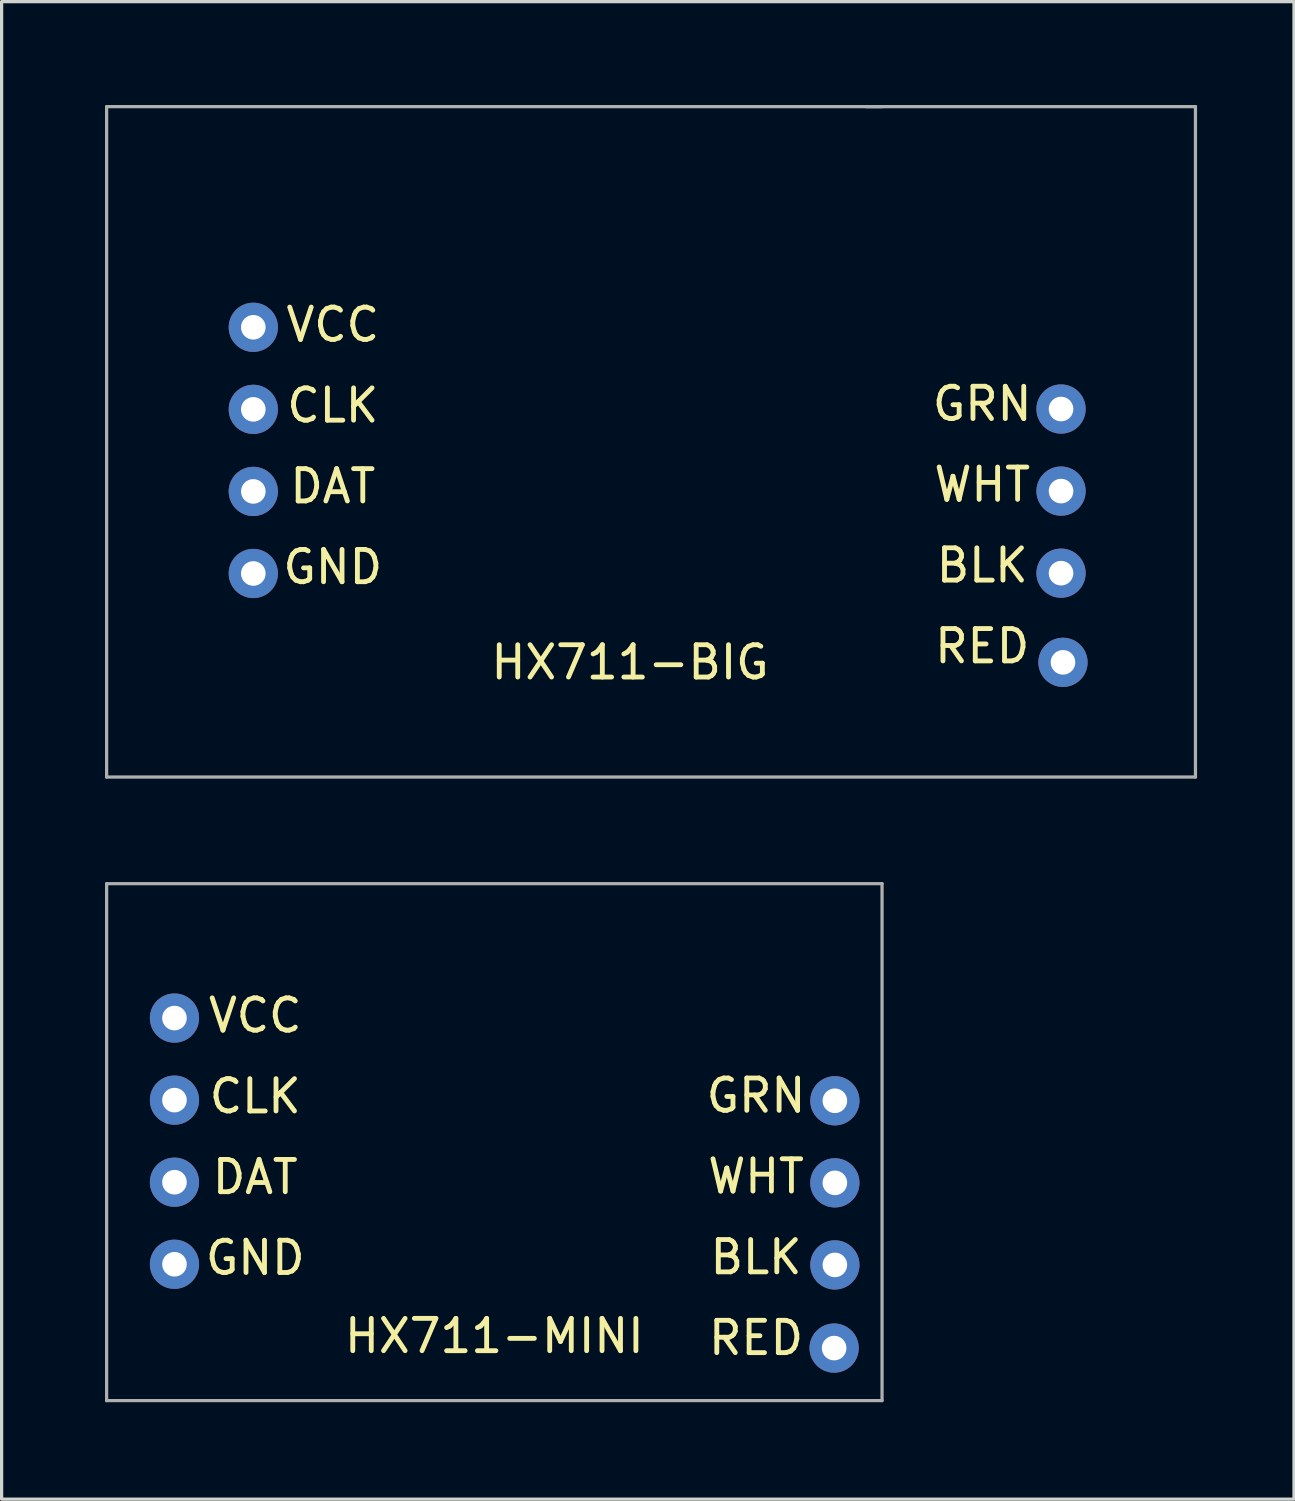
<source format=kicad_pcb>
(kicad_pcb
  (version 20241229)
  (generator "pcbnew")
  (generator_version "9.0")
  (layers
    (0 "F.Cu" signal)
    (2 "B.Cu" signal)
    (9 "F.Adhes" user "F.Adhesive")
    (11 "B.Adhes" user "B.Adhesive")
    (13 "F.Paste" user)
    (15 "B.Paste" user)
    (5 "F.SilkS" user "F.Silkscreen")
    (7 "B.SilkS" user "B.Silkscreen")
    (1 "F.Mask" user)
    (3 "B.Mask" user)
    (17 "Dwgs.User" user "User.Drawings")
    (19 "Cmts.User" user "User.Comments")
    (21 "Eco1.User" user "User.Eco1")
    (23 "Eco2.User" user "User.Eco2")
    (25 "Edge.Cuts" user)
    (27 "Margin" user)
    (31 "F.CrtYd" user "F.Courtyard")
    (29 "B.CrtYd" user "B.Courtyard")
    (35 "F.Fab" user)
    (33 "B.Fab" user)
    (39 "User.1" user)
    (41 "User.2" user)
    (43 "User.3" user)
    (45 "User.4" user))
  (footprint "HX711-BIG"
    (layer "F.Cu")
    (at 0.25 0.25)
    (property "Reference" "HX711-BIG" (at 16.2 17.2 0) (layer "F.SilkS") (effects (font (size 1 1) (thickness 0.15))))
    (attr through_hole)
    (fp_line (start 0 0) (end 33.7 0) (stroke (width 0.1) (type solid)) (layer "F.Fab"))
    (fp_line (start 0 20.75) (end 0 0) (stroke (width 0.1) (type solid)) (layer "F.Fab"))
    (fp_line (start 0 20.75) (end 33.7 20.75) (stroke (width 0.1) (type solid)) (layer "F.Fab"))
    (fp_line (start 23.5 0) (end 24 0) (stroke (width 0.1) (type solid)) (layer "F.Fab"))
    (fp_line (start 33.7 0) (end 33.7 20.75) (stroke (width 0.1) (type solid)) (layer "F.Fab"))
    (fp_text user "BLK" (at 27.1 14.2 0) (layer "F.SilkS") (effects (font (size 1 1) (thickness 0.15))))
    (fp_text user "GRN" (at 27.1 9.2 0) (layer "F.SilkS") (effects (font (size 1 1) (thickness 0.15))))
    (fp_text user "RED" (at 27.1 16.7 0) (layer "F.SilkS") (effects (font (size 1 1) (thickness 0.15))))
    (fp_text user "DAT" (at 7 11.75 0) (layer "F.SilkS") (effects (font (size 1 1) (thickness 0.15))))
    (fp_text user "WHT" (at 27.1 11.7 0) (layer "F.SilkS") (effects (font (size 1 1) (thickness 0.15))))
    (fp_text user "VCC" (at 7 6.75 0) (layer "F.SilkS") (effects (font (size 1 1) (thickness 0.15))))
    (fp_text user "GND" (at 7 14.25 0) (layer "F.SilkS") (effects (font (size 1 1) (thickness 0.15))))
    (fp_text user "CLK" (at 7 9.25 0) (layer "F.SilkS") (effects (font (size 1 1) (thickness 0.15))))
    (pad "1" thru_hole circle (at 29.6 17.2) (size 1.524 1.524) (drill 0.762) (layers "*.Cu" "*.Mask"))
    (pad "2" thru_hole circle (at 29.54 14.44) (size 1.524 1.524) (drill 0.762) (layers "*.Cu" "*.Mask"))
    (pad "3" thru_hole circle (at 29.54 11.9) (size 1.524 1.524) (drill 0.762) (layers "*.Cu" "*.Mask"))
    (pad "4" thru_hole circle (at 29.54 9.36) (size 1.524 1.524) (drill 0.762) (layers "*.Cu" "*.Mask"))
    (pad "7" thru_hole circle (at 4.54 6.83) (size 1.524 1.524) (drill 0.762) (layers "*.Cu" "*.Mask"))
    (pad "8" thru_hole circle (at 4.54 11.91) (size 1.524 1.524) (drill 0.762) (layers "*.Cu" "*.Mask"))
    (pad "9" thru_hole circle (at 4.54 9.37) (size 1.524 1.524) (drill 0.762) (layers "*.Cu" "*.Mask"))
    (pad "10" thru_hole circle (at 4.54 14.45) (size 1.524 1.524) (drill 0.762) (layers "*.Cu" "*.Mask")))
  (footprint "HX711-MINI"
    (layer "F.Cu")
    (at 0.25 24.3)
    (property "Reference" "HX711-MINI" (at 12 14 0) (layer "F.SilkS") (effects (font (size 1 1) (thickness 0.15))))
    (attr through_hole)
    (fp_line (start 0 0) (end 24 0) (stroke (width 0.1) (type solid)) (layer "F.Fab"))
    (fp_line (start 0 16) (end 0 0) (stroke (width 0.1) (type solid)) (layer "F.Fab"))
    (fp_line (start 0 16) (end 24 16) (stroke (width 0.1) (type solid)) (layer "F.Fab"))
    (fp_line (start 24 0) (end 24 16) (stroke (width 0.1) (type solid)) (layer "F.Fab"))
    (fp_text user "BLK" (at 20.1 11.56 0) (layer "F.SilkS") (effects (font (size 1 1) (thickness 0.15))))
    (fp_text user "GND" (at 4.6 11.58 0) (layer "F.SilkS") (effects (font (size 1 1) (thickness 0.15))))
    (fp_text user "CLK" (at 4.6 6.58 0) (layer "F.SilkS") (effects (font (size 1 1) (thickness 0.15))))
    (fp_text user "VCC" (at 4.6 4.08 0) (layer "F.SilkS") (effects (font (size 1 1) (thickness 0.15))))
    (fp_text user "GRN" (at 20.1 6.56 0) (layer "F.SilkS") (effects (font (size 1 1) (thickness 0.15))))
    (fp_text user "DAT" (at 4.6 9.08 0) (layer "F.SilkS") (effects (font (size 1 1) (thickness 0.15))))
    (fp_text user "WHT" (at 20.1 9.06 0) (layer "F.SilkS") (effects (font (size 1 1) (thickness 0.15))))
    (fp_text user "RED" (at 20.1 14.06 0) (layer "F.SilkS") (effects (font (size 1 1) (thickness 0.15))))
    (pad "1" thru_hole circle (at 22.517 14.374) (size 1.524 1.524) (drill 0.762) (layers "*.Cu" "*.Mask"))
    (pad "2" thru_hole circle (at 22.54 11.8) (size 1.524 1.524) (drill 0.762) (layers "*.Cu" "*.Mask"))
    (pad "3" thru_hole circle (at 22.54 9.26) (size 1.524 1.524) (drill 0.762) (layers "*.Cu" "*.Mask"))
    (pad "4" thru_hole circle (at 22.54 6.72) (size 1.524 1.524) (drill 0.762) (layers "*.Cu" "*.Mask"))
    (pad "7" thru_hole circle (at 2.1 4.16) (size 1.524 1.524) (drill 0.762) (layers "*.Cu" "*.Mask"))
    (pad "8" thru_hole circle (at 2.1 9.24) (size 1.524 1.524) (drill 0.762) (layers "*.Cu" "*.Mask"))
    (pad "9" thru_hole circle (at 2.1 6.7) (size 1.524 1.524) (drill 0.762) (layers "*.Cu" "*.Mask"))
    (pad "10" thru_hole circle (at 2.1 11.78) (size 1.524 1.524) (drill 0.762) (layers "*.Cu" "*.Mask")))
  (gr_rect
    (start -3 -3)
    (end 37 43.35)
    (stroke (width 0.1) (type default))
    (fill no)
    (layer "Edge.Cuts")))
</source>
